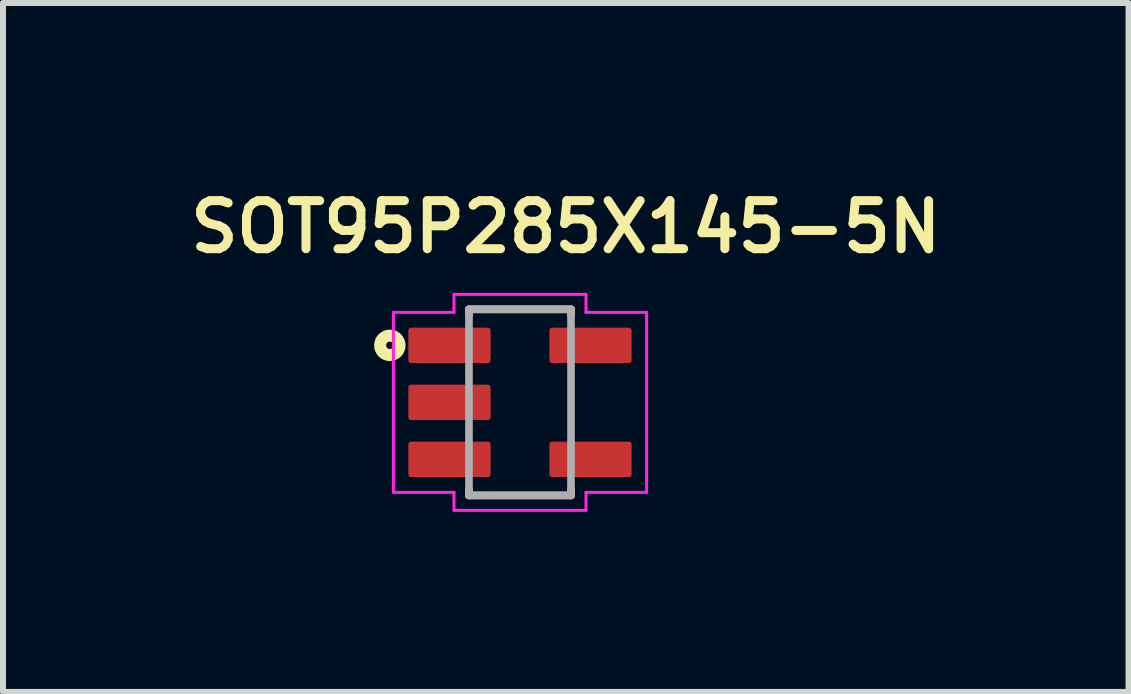
<source format=kicad_pcb>
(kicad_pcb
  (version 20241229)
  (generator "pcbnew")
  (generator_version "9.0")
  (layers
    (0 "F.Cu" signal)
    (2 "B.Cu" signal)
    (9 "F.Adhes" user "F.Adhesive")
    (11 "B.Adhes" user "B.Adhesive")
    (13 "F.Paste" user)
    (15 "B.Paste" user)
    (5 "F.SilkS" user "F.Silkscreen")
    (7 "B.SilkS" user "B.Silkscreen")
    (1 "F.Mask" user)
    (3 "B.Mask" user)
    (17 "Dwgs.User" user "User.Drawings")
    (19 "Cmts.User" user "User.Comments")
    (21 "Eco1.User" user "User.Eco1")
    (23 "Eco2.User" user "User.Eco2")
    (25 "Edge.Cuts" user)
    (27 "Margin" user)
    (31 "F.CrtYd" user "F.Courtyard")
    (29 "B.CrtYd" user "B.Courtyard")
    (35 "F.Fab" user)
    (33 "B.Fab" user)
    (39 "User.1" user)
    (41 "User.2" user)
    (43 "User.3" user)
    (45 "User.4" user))
  (footprint "SOT95P285X145-5N"
    (layer "F.Cu")
    (at 5.615 3.655)
    (property "Reference" "SOT95P285X145-5N" (at 0.763 -2.923 0) (layer "F.SilkS") (effects (font (size 0.801 0.801) (thickness 0.15))))
    (attr smd)
    (fp_line (start -0.85 -1.55) (end -0.85 -1.45) (stroke (width 0.127) (type solid)) (layer "F.SilkS"))
    (fp_line (start -0.85 1.55) (end -0.85 1.45) (stroke (width 0.127) (type solid)) (layer "F.SilkS"))
    (fp_line (start 0.85 -1.55) (end -0.85 -1.55) (stroke (width 0.127) (type solid)) (layer "F.SilkS"))
    (fp_line (start 0.85 -1.55) (end 0.85 -1.45) (stroke (width 0.127) (type solid)) (layer "F.SilkS"))
    (fp_line (start 0.85 1.55) (end -0.85 1.55) (stroke (width 0.127) (type solid)) (layer "F.SilkS"))
    (fp_line (start 0.85 1.55) (end 0.85 1.45) (stroke (width 0.127) (type solid)) (layer "F.SilkS"))
    (fp_circle (center -2.169 -0.95) (end -2.107 -0.95) (stroke (width 0.2) (type solid)) (fill no) (layer "F.SilkS"))
    (fp_line (start -2.11 -1.5) (end -2.11 1.5) (stroke (width 0.05) (type solid)) (layer "F.CrtYd"))
    (fp_line (start -2.11 1.5) (end -1.1 1.5) (stroke (width 0.05) (type solid)) (layer "F.CrtYd"))
    (fp_line (start -1.1 -1.8) (end -1.1 -1.5) (stroke (width 0.05) (type solid)) (layer "F.CrtYd"))
    (fp_line (start -1.1 -1.5) (end -2.11 -1.5) (stroke (width 0.05) (type solid)) (layer "F.CrtYd"))
    (fp_line (start -1.1 1.5) (end -1.1 1.8) (stroke (width 0.05) (type solid)) (layer "F.CrtYd"))
    (fp_line (start -1.1 1.8) (end 1.1 1.8) (stroke (width 0.05) (type solid)) (layer "F.CrtYd"))
    (fp_line (start 1.1 -1.8) (end -1.1 -1.8) (stroke (width 0.05) (type solid)) (layer "F.CrtYd"))
    (fp_line (start 1.1 -1.5) (end 1.1 -1.8) (stroke (width 0.05) (type solid)) (layer "F.CrtYd"))
    (fp_line (start 1.1 1.5) (end 2.11 1.5) (stroke (width 0.05) (type solid)) (layer "F.CrtYd"))
    (fp_line (start 1.1 1.8) (end 1.1 1.5) (stroke (width 0.05) (type solid)) (layer "F.CrtYd"))
    (fp_line (start 2.11 -1.5) (end 1.1 -1.5) (stroke (width 0.05) (type solid)) (layer "F.CrtYd"))
    (fp_line (start 2.11 1.5) (end 2.11 -1.5) (stroke (width 0.05) (type solid)) (layer "F.CrtYd"))
    (fp_line (start -0.85 -1.55) (end 0.85 -1.55) (stroke (width 0.127) (type solid)) (layer "F.Fab"))
    (fp_line (start -0.85 1.55) (end -0.85 -1.55) (stroke (width 0.127) (type solid)) (layer "F.Fab"))
    (fp_line (start 0.85 -1.55) (end 0.85 1.55) (stroke (width 0.127) (type solid)) (layer "F.Fab"))
    (fp_line (start 0.85 1.55) (end -0.85 1.55) (stroke (width 0.127) (type solid)) (layer "F.Fab"))
    (pad "1" smd roundrect (at -1.175 -0.95) (size 1.37 0.59) (layers "F.Cu" "F.Mask" "F.Paste") (roundrect_rratio 0.075))
    (pad "2" smd roundrect (at -1.175 0) (size 1.37 0.59) (layers "F.Cu" "F.Mask" "F.Paste") (roundrect_rratio 0.075))
    (pad "3" smd roundrect (at -1.175 0.95) (size 1.37 0.59) (layers "F.Cu" "F.Mask" "F.Paste") (roundrect_rratio 0.075))
    (pad "4" smd roundrect (at 1.175 0.95) (size 1.37 0.59) (layers "F.Cu" "F.Mask" "F.Paste") (roundrect_rratio 0.075))
    (pad "5" smd roundrect (at 1.175 -0.95) (size 1.37 0.59) (layers "F.Cu" "F.Mask" "F.Paste") (roundrect_rratio 0.075)))
  (gr_rect
    (start -3 -3)
    (end 15.756 8.48)
    (stroke (width 0.1) (type default))
    (fill no)
    (layer "Edge.Cuts")))
</source>
